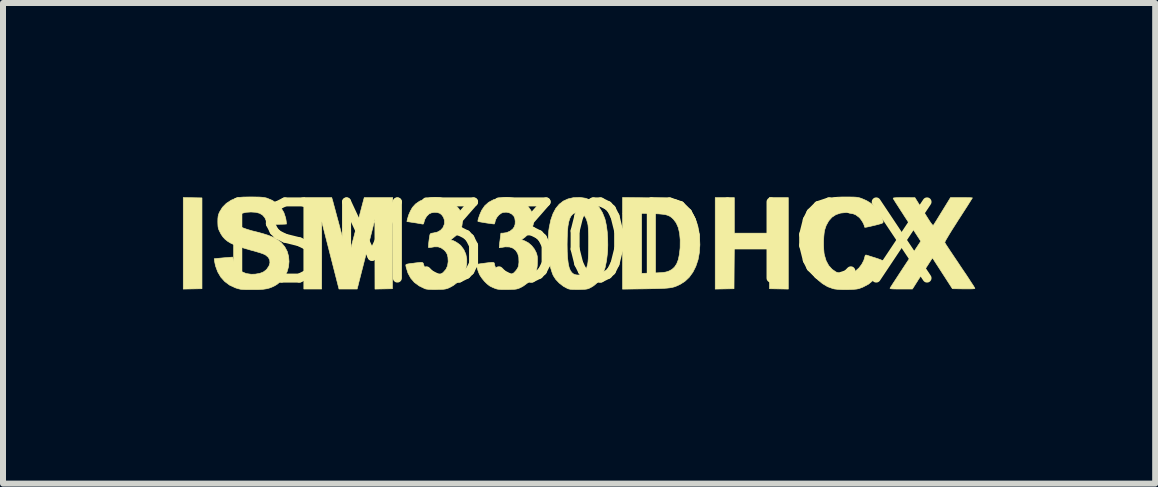
<source format=kicad_pcb>
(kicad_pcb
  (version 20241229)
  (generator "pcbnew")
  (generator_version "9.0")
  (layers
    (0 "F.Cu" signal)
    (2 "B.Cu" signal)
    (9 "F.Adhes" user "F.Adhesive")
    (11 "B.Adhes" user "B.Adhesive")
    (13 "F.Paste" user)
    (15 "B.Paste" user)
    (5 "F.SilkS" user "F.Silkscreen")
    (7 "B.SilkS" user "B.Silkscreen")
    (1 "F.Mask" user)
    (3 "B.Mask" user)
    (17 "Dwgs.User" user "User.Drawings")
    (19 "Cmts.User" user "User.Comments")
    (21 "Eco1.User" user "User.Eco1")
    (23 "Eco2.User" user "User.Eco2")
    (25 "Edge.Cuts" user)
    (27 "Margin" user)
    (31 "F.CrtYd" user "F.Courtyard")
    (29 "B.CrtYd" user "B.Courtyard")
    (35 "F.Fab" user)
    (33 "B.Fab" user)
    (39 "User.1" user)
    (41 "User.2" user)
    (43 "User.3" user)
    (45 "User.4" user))
  (footprint "ISM330DHCX"
    (layer "F.Cu")
    (at 6.598 1.006)
    (property "Reference" "ISM330DHCX" (at 0 0 0) (layer "F.SilkS") (effects (font (size 1.27 1.27) (thickness 0.15))))
    (attr through_hole)
    (fp_poly (pts (xy -6.281 -0.757) (xy -6.281 0.757) (xy -6.593 0.763) (xy -6.593 -0.763) (xy -6.281 -0.757)) (stroke (width 0.01) (type solid)) (fill yes) (layer "F.SilkS"))
    (fp_poly (pts (xy 2.593 -0.169) (xy 3.175 -0.169) (xy 3.175 -0.762) (xy 3.493 -0.762) (xy 3.493 0.763) (xy 3.18 0.757) (xy 3.177 0.426) (xy 3.175 0.095) (xy 2.593 0.095) (xy 2.59 0.426) (xy 2.588 0.757) (xy 2.275 0.763) (xy 2.275 -0.762) (xy 2.593 -0.762) (xy 2.593 -0.169)) (stroke (width 0.01) (type solid)) (fill yes) (layer "F.SilkS"))
    (fp_poly (pts (xy -4.103 -0.712) (xy -4.097 -0.691) (xy -4.087 -0.652) (xy -4.072 -0.598) (xy -4.054 -0.53) (xy -4.033 -0.451) (xy -4.009 -0.364) (xy -3.984 -0.27) (xy -3.968 -0.209) (xy -3.936 -0.091) (xy -3.909 0.008) (xy -3.886 0.09) (xy -3.867 0.153) (xy -3.853 0.197) (xy -3.844 0.221) (xy -3.839 0.225) (xy -3.836 0.213) (xy -3.828 0.186) (xy -3.816 0.144) (xy -3.8 0.085) (xy -3.78 0.009) (xy -3.755 -0.085) (xy -3.726 -0.196) (xy -3.691 -0.326) (xy -3.652 -0.475) (xy -3.608 -0.643) (xy -3.587 -0.722) (xy -3.576 -0.762) (xy -3.101 -0.762) (xy -3.106 0.757) (xy -3.252 0.76) (xy -3.397 0.763) (xy -3.398 0.183) (xy -3.399 -0.397) (xy -3.539 0.153) (xy -3.566 0.259) (xy -3.591 0.358) (xy -3.615 0.451) (xy -3.636 0.533) (xy -3.654 0.604) (xy -3.669 0.662) (xy -3.679 0.704) (xy -3.686 0.728) (xy -3.687 0.733) (xy -3.694 0.762) (xy -3.997 0.762) (xy -4.141 0.198) (xy -4.285 -0.365) (xy -4.285 0.198) (xy -4.286 0.762) (xy -4.583 0.762) (xy -4.583 -0.762) (xy -4.118 -0.762) (xy -4.103 -0.712)) (stroke (width 0.01) (type solid)) (fill yes) (layer "F.SilkS"))
    (fp_poly (pts (xy 1.124 -0.759) (xy 1.236 -0.758) (xy 1.328 -0.756) (xy 1.404 -0.754) (xy 1.466 -0.751) (xy 1.517 -0.747) (xy 1.558 -0.741) (xy 1.592 -0.734) (xy 1.623 -0.725) (xy 1.651 -0.714) (xy 1.68 -0.7) (xy 1.698 -0.69) (xy 1.755 -0.652) (xy 1.813 -0.599) (xy 1.867 -0.538) (xy 1.91 -0.474) (xy 1.917 -0.46) (xy 1.956 -0.376) (xy 1.984 -0.289) (xy 2.003 -0.192) (xy 2.013 -0.116) (xy 2.019 0.022) (xy 2.011 0.152) (xy 1.989 0.272) (xy 1.952 0.383) (xy 1.903 0.481) (xy 1.842 0.565) (xy 1.769 0.634) (xy 1.692 0.683) (xy 1.657 0.7) (xy 1.625 0.714) (xy 1.593 0.726) (xy 1.558 0.735) (xy 1.519 0.742) (xy 1.472 0.747) (xy 1.415 0.751) (xy 1.346 0.754) (xy 1.261 0.756) (xy 1.159 0.758) (xy 1.109 0.759) (xy 0.73 0.764) (xy 0.73 0.501) (xy 1.048 0.501) (xy 1.241 0.495) (xy 1.314 0.492) (xy 1.37 0.489) (xy 1.413 0.485) (xy 1.446 0.48) (xy 1.473 0.473) (xy 1.493 0.467) (xy 1.55 0.438) (xy 1.596 0.397) (xy 1.632 0.343) (xy 1.659 0.274) (xy 1.677 0.188) (xy 1.689 0.084) (xy 1.69 0.066) (xy 1.691 -0.058) (xy 1.681 -0.167) (xy 1.659 -0.262) (xy 1.625 -0.339) (xy 1.58 -0.4) (xy 1.578 -0.402) (xy 1.548 -0.43) (xy 1.518 -0.451) (xy 1.485 -0.466) (xy 1.445 -0.478) (xy 1.394 -0.485) (xy 1.33 -0.491) (xy 1.248 -0.494) (xy 1.236 -0.495) (xy 1.048 -0.5) (xy 1.048 0.501) (xy 0.73 0.501) (xy 0.73 -0.764) (xy 1.124 -0.759)) (stroke (width 0.01) (type solid)) (fill yes) (layer "F.SilkS"))
    (fp_poly (pts (xy 0.115 -0.751) (xy 0.202 -0.717) (xy 0.277 -0.666) (xy 0.342 -0.597) (xy 0.394 -0.512) (xy 0.435 -0.41) (xy 0.445 -0.372) (xy 0.462 -0.288) (xy 0.475 -0.189) (xy 0.482 -0.082) (xy 0.484 0.027) (xy 0.481 0.131) (xy 0.479 0.156) (xy 0.463 0.29) (xy 0.439 0.406) (xy 0.406 0.504) (xy 0.364 0.586) (xy 0.312 0.653) (xy 0.249 0.707) (xy 0.21 0.731) (xy 0.182 0.746) (xy 0.159 0.756) (xy 0.136 0.762) (xy 0.107 0.766) (xy 0.068 0.768) (xy 0.014 0.77) (xy 0 0.77) (xy -0.064 0.77) (xy -0.11 0.769) (xy -0.144 0.766) (xy -0.17 0.76) (xy -0.185 0.755) (xy -0.257 0.716) (xy -0.325 0.663) (xy -0.383 0.602) (xy -0.424 0.539) (xy -0.437 0.509) (xy -0.452 0.465) (xy -0.467 0.416) (xy -0.473 0.393) (xy -0.486 0.329) (xy -0.496 0.249) (xy -0.503 0.158) (xy -0.507 0.062) (xy -0.508 0.021) (xy -0.194 0.021) (xy -0.192 0.143) (xy -0.186 0.246) (xy -0.176 0.33) (xy -0.162 0.398) (xy -0.142 0.45) (xy -0.116 0.488) (xy -0.085 0.513) (xy -0.046 0.526) (xy -0.009 0.529) (xy 0.038 0.523) (xy 0.068 0.507) (xy 0.103 0.466) (xy 0.132 0.406) (xy 0.149 0.344) (xy 0.154 0.31) (xy 0.158 0.26) (xy 0.161 0.196) (xy 0.163 0.122) (xy 0.164 0.044) (xy 0.164 -0.037) (xy 0.164 -0.115) (xy 0.162 -0.187) (xy 0.159 -0.25) (xy 0.155 -0.299) (xy 0.15 -0.328) (xy 0.127 -0.404) (xy 0.095 -0.46) (xy 0.057 -0.497) (xy 0.011 -0.514) (xy -0.026 -0.515) (xy -0.066 -0.505) (xy -0.1 -0.486) (xy -0.128 -0.456) (xy -0.15 -0.413) (xy -0.167 -0.357) (xy -0.18 -0.286) (xy -0.188 -0.197) (xy -0.192 -0.091) (xy -0.194 0.021) (xy -0.508 0.021) (xy -0.508 -0.035) (xy -0.506 -0.128) (xy -0.5 -0.212) (xy -0.492 -0.266) (xy -0.466 -0.39) (xy -0.429 -0.495) (xy -0.383 -0.582) (xy -0.326 -0.651) (xy -0.258 -0.704) (xy -0.179 -0.74) (xy -0.089 -0.761) (xy -0.085 -0.761) (xy 0.02 -0.765) (xy 0.115 -0.751)) (stroke (width 0.01) (type solid)) (fill yes) (layer "F.SilkS"))
    (fp_poly (pts (xy 6.439 -0.762) (xy 6.49 -0.761) (xy 6.53 -0.76) (xy 6.555 -0.758) (xy 6.562 -0.757) (xy 6.556 -0.747) (xy 6.54 -0.722) (xy 6.515 -0.682) (xy 6.483 -0.631) (xy 6.443 -0.569) (xy 6.398 -0.499) (xy 6.349 -0.423) (xy 6.328 -0.391) (xy 6.273 -0.304) (xy 6.223 -0.226) (xy 6.181 -0.158) (xy 6.147 -0.101) (xy 6.121 -0.057) (xy 6.106 -0.027) (xy 6.101 -0.014) (xy 6.101 -0.014) (xy 6.108 -0.002) (xy 6.125 0.026) (xy 6.152 0.067) (xy 6.187 0.12) (xy 6.229 0.183) (xy 6.276 0.253) (xy 6.328 0.33) (xy 6.355 0.371) (xy 6.408 0.45) (xy 6.458 0.523) (xy 6.502 0.59) (xy 6.539 0.648) (xy 6.57 0.694) (xy 6.591 0.728) (xy 6.602 0.747) (xy 6.604 0.751) (xy 6.595 0.756) (xy 6.568 0.759) (xy 6.522 0.76) (xy 6.456 0.76) (xy 6.417 0.76) (xy 6.229 0.757) (xy 5.896 0.242) (xy 5.819 0.362) (xy 5.783 0.417) (xy 5.74 0.483) (xy 5.697 0.551) (xy 5.656 0.613) (xy 5.651 0.622) (xy 5.562 0.762) (xy 5.373 0.762) (xy 5.302 0.762) (xy 5.251 0.761) (xy 5.217 0.759) (xy 5.197 0.756) (xy 5.189 0.751) (xy 5.189 0.749) (xy 5.195 0.737) (xy 5.213 0.71) (xy 5.239 0.669) (xy 5.274 0.616) (xy 5.315 0.553) (xy 5.362 0.481) (xy 5.413 0.403) (xy 5.448 0.35) (xy 5.702 -0.035) (xy 5.626 -0.152) (xy 5.598 -0.195) (xy 5.561 -0.252) (xy 5.518 -0.317) (xy 5.472 -0.388) (xy 5.425 -0.46) (xy 5.399 -0.501) (xy 5.358 -0.564) (xy 5.321 -0.622) (xy 5.289 -0.671) (xy 5.264 -0.711) (xy 5.248 -0.737) (xy 5.242 -0.747) (xy 5.243 -0.753) (xy 5.253 -0.757) (xy 5.274 -0.759) (xy 5.309 -0.761) (xy 5.361 -0.762) (xy 5.42 -0.762) (xy 5.604 -0.761) (xy 5.752 -0.524) (xy 5.797 -0.452) (xy 5.832 -0.396) (xy 5.859 -0.355) (xy 5.879 -0.327) (xy 5.893 -0.31) (xy 5.903 -0.301) (xy 5.91 -0.3) (xy 5.914 -0.304) (xy 5.923 -0.318) (xy 5.942 -0.348) (xy 5.968 -0.389) (xy 6 -0.441) (xy 6.036 -0.5) (xy 6.062 -0.542) (xy 6.197 -0.762) (xy 6.379 -0.762) (xy 6.439 -0.762)) (stroke (width 0.01) (type solid)) (fill yes) (layer "F.SilkS"))
    (fp_poly (pts (xy 4.531 -0.772) (xy 4.583 -0.771) (xy 4.622 -0.769) (xy 4.652 -0.765) (xy 4.678 -0.759) (xy 4.704 -0.751) (xy 4.713 -0.748) (xy 4.798 -0.711) (xy 4.87 -0.667) (xy 4.935 -0.611) (xy 4.935 -0.61) (xy 4.968 -0.572) (xy 5.001 -0.525) (xy 5.031 -0.474) (xy 5.055 -0.424) (xy 5.069 -0.382) (xy 5.073 -0.364) (xy 5.073 -0.352) (xy 5.069 -0.343) (xy 5.059 -0.336) (xy 5.039 -0.328) (xy 5.006 -0.319) (xy 4.957 -0.306) (xy 4.932 -0.3) (xy 4.869 -0.285) (xy 4.825 -0.275) (xy 4.794 -0.269) (xy 4.776 -0.267) (xy 4.767 -0.268) (xy 4.763 -0.274) (xy 4.763 -0.281) (xy 4.756 -0.306) (xy 4.74 -0.341) (xy 4.717 -0.379) (xy 4.692 -0.413) (xy 4.676 -0.431) (xy 4.615 -0.476) (xy 4.545 -0.503) (xy 4.463 -0.513) (xy 4.456 -0.513) (xy 4.365 -0.504) (xy 4.287 -0.478) (xy 4.221 -0.435) (xy 4.167 -0.374) (xy 4.124 -0.296) (xy 4.099 -0.221) (xy 4.091 -0.174) (xy 4.085 -0.111) (xy 4.081 -0.04) (xy 4.081 0.033) (xy 4.084 0.103) (xy 4.089 0.164) (xy 4.095 0.196) (xy 4.124 0.292) (xy 4.167 0.371) (xy 4.223 0.433) (xy 4.288 0.478) (xy 4.338 0.495) (xy 4.399 0.505) (xy 4.464 0.507) (xy 4.524 0.501) (xy 4.558 0.492) (xy 4.617 0.459) (xy 4.671 0.411) (xy 4.717 0.351) (xy 4.752 0.284) (xy 4.769 0.225) (xy 4.776 0.201) (xy 4.786 0.195) (xy 4.798 0.197) (xy 4.883 0.224) (xy 4.95 0.245) (xy 5.001 0.262) (xy 5.037 0.276) (xy 5.061 0.286) (xy 5.075 0.295) (xy 5.08 0.301) (xy 5.08 0.303) (xy 5.075 0.329) (xy 5.061 0.367) (xy 5.041 0.414) (xy 5.017 0.463) (xy 4.991 0.509) (xy 4.977 0.533) (xy 4.911 0.614) (xy 4.83 0.681) (xy 4.735 0.731) (xy 4.668 0.756) (xy 4.63 0.763) (xy 4.575 0.768) (xy 4.511 0.771) (xy 4.442 0.772) (xy 4.374 0.771) (xy 4.312 0.767) (xy 4.262 0.761) (xy 4.239 0.756) (xy 4.148 0.723) (xy 4.063 0.672) (xy 3.98 0.604) (xy 3.963 0.587) (xy 3.896 0.512) (xy 3.844 0.434) (xy 3.805 0.348) (xy 3.777 0.25) (xy 3.76 0.138) (xy 3.757 0.115) (xy 3.752 -0.026) (xy 3.762 -0.159) (xy 3.789 -0.284) (xy 3.831 -0.397) (xy 3.888 -0.499) (xy 3.96 -0.586) (xy 3.962 -0.588) (xy 4.024 -0.645) (xy 4.082 -0.688) (xy 4.145 -0.721) (xy 4.21 -0.747) (xy 4.238 -0.756) (xy 4.265 -0.763) (xy 4.294 -0.768) (xy 4.33 -0.77) (xy 4.378 -0.772) (xy 4.441 -0.772) (xy 4.463 -0.772) (xy 4.531 -0.772)) (stroke (width 0.01) (type solid)) (fill yes) (layer "F.SilkS"))
    (fp_poly (pts (xy -2.301 -0.759) (xy -2.209 -0.737) (xy -2.185 -0.729) (xy -2.143 -0.71) (xy -2.104 -0.683) (xy -2.06 -0.644) (xy -2.052 -0.636) (xy -1.999 -0.576) (xy -1.963 -0.517) (xy -1.944 -0.455) (xy -1.938 -0.384) (xy -1.939 -0.36) (xy -1.948 -0.29) (xy -1.969 -0.229) (xy -2.005 -0.174) (xy -2.057 -0.12) (xy -2.111 -0.077) (xy -2.13 -0.062) (xy -2.132 -0.054) (xy -2.124 -0.053) (xy -2.096 -0.046) (xy -2.058 -0.028) (xy -2.018 -0.003) (xy -1.981 0.025) (xy -1.966 0.039) (xy -1.916 0.106) (xy -1.883 0.18) (xy -1.867 0.26) (xy -1.867 0.343) (xy -1.883 0.425) (xy -1.914 0.505) (xy -1.96 0.58) (xy -2.019 0.647) (xy -2.091 0.703) (xy -2.147 0.734) (xy -2.175 0.747) (xy -2.2 0.756) (xy -2.225 0.762) (xy -2.255 0.766) (xy -2.295 0.768) (xy -2.35 0.769) (xy -2.371 0.77) (xy -2.445 0.77) (xy -2.501 0.768) (xy -2.541 0.763) (xy -2.562 0.758) (xy -2.659 0.711) (xy -2.739 0.653) (xy -2.801 0.581) (xy -2.847 0.497) (xy -2.877 0.401) (xy -2.878 0.394) (xy -2.882 0.376) (xy -2.883 0.363) (xy -2.879 0.354) (xy -2.866 0.348) (xy -2.842 0.343) (xy -2.804 0.337) (xy -2.748 0.331) (xy -2.731 0.328) (xy -2.676 0.322) (xy -2.638 0.318) (xy -2.614 0.319) (xy -2.6 0.324) (xy -2.592 0.334) (xy -2.588 0.349) (xy -2.587 0.352) (xy -2.564 0.418) (xy -2.527 0.471) (xy -2.479 0.507) (xy -2.42 0.525) (xy -2.407 0.527) (xy -2.356 0.529) (xy -2.317 0.522) (xy -2.284 0.505) (xy -2.259 0.485) (xy -2.214 0.434) (xy -2.187 0.375) (xy -2.177 0.306) (xy -2.177 0.296) (xy -2.181 0.23) (xy -2.195 0.178) (xy -2.221 0.136) (xy -2.244 0.112) (xy -2.293 0.077) (xy -2.344 0.059) (xy -2.403 0.058) (xy -2.435 0.063) (xy -2.469 0.069) (xy -2.495 0.071) (xy -2.505 0.07) (xy -2.506 0.058) (xy -2.504 0.031) (xy -2.501 -0.007) (xy -2.496 -0.05) (xy -2.49 -0.092) (xy -2.484 -0.129) (xy -2.481 -0.144) (xy -2.474 -0.158) (xy -2.458 -0.167) (xy -2.425 -0.172) (xy -2.358 -0.187) (xy -2.304 -0.217) (xy -2.264 -0.261) (xy -2.241 -0.317) (xy -2.238 -0.334) (xy -2.239 -0.385) (xy -2.256 -0.435) (xy -2.286 -0.477) (xy -2.318 -0.501) (xy -2.361 -0.514) (xy -2.411 -0.516) (xy -2.459 -0.507) (xy -2.495 -0.49) (xy -2.536 -0.45) (xy -2.566 -0.399) (xy -2.579 -0.357) (xy -2.585 -0.331) (xy -2.593 -0.321) (xy -2.608 -0.321) (xy -2.627 -0.325) (xy -2.662 -0.331) (xy -2.707 -0.339) (xy -2.747 -0.345) (xy -2.865 -0.363) (xy -2.856 -0.403) (xy -2.836 -0.471) (xy -2.806 -0.539) (xy -2.773 -0.598) (xy -2.772 -0.599) (xy -2.72 -0.656) (xy -2.654 -0.702) (xy -2.575 -0.736) (xy -2.488 -0.758) (xy -2.396 -0.765) (xy -2.301 -0.759)) (stroke (width 0.01) (type solid)) (fill yes) (layer "F.SilkS"))
    (fp_poly (pts (xy -5.383 -0.772) (xy -5.326 -0.771) (xy -5.282 -0.768) (xy -5.247 -0.764) (xy -5.218 -0.758) (xy -5.198 -0.753) (xy -5.106 -0.714) (xy -5.027 -0.66) (xy -4.964 -0.593) (xy -4.916 -0.513) (xy -4.886 -0.423) (xy -4.88 -0.388) (xy -4.875 -0.354) (xy -4.873 -0.33) (xy -4.872 -0.321) (xy -4.883 -0.321) (xy -4.911 -0.319) (xy -4.952 -0.318) (xy -5.004 -0.317) (xy -5.03 -0.316) (xy -5.187 -0.312) (xy -5.206 -0.368) (xy -5.233 -0.427) (xy -5.27 -0.47) (xy -5.319 -0.5) (xy -5.383 -0.517) (xy -5.463 -0.522) (xy -5.466 -0.522) (xy -5.545 -0.517) (xy -5.61 -0.501) (xy -5.66 -0.477) (xy -5.695 -0.445) (xy -5.713 -0.406) (xy -5.712 -0.362) (xy -5.699 -0.328) (xy -5.679 -0.303) (xy -5.646 -0.28) (xy -5.597 -0.257) (xy -5.53 -0.233) (xy -5.446 -0.208) (xy -5.376 -0.191) (xy -5.268 -0.162) (xy -5.179 -0.134) (xy -5.105 -0.105) (xy -5.043 -0.073) (xy -4.992 -0.038) (xy -4.958 -0.01) (xy -4.901 0.058) (xy -4.86 0.135) (xy -4.837 0.218) (xy -4.83 0.304) (xy -4.838 0.39) (xy -4.862 0.474) (xy -4.902 0.552) (xy -4.956 0.622) (xy -5.024 0.68) (xy -5.067 0.707) (xy -5.113 0.729) (xy -5.158 0.746) (xy -5.205 0.758) (xy -5.26 0.766) (xy -5.326 0.771) (xy -5.408 0.772) (xy -5.447 0.772) (xy -5.515 0.772) (xy -5.567 0.771) (xy -5.606 0.769) (xy -5.637 0.766) (xy -5.665 0.76) (xy -5.693 0.752) (xy -5.724 0.742) (xy -5.819 0.698) (xy -5.9 0.638) (xy -5.967 0.564) (xy -6.019 0.476) (xy -6.056 0.375) (xy -6.07 0.306) (xy -6.077 0.257) (xy -6.01 0.25) (xy -5.964 0.246) (xy -5.91 0.241) (xy -5.857 0.237) (xy -5.856 0.237) (xy -5.77 0.23) (xy -5.754 0.288) (xy -5.721 0.366) (xy -5.675 0.428) (xy -5.616 0.474) (xy -5.544 0.504) (xy -5.461 0.516) (xy -5.393 0.514) (xy -5.317 0.501) (xy -5.256 0.477) (xy -5.208 0.44) (xy -5.2 0.431) (xy -5.164 0.378) (xy -5.148 0.327) (xy -5.152 0.278) (xy -5.175 0.234) (xy -5.218 0.197) (xy -5.238 0.186) (xy -5.266 0.174) (xy -5.309 0.159) (xy -5.363 0.143) (xy -5.42 0.126) (xy -5.435 0.123) (xy -5.551 0.09) (xy -5.649 0.06) (xy -5.73 0.03) (xy -5.797 -0.00014) (xy -5.851 -0.032) (xy -5.896 -0.068) (xy -5.932 -0.107) (xy -5.963 -0.152) (xy -5.982 -0.189) (xy -5.999 -0.224) (xy -6.009 -0.253) (xy -6.014 -0.284) (xy -6.016 -0.323) (xy -6.017 -0.36) (xy -6.016 -0.411) (xy -6.012 -0.449) (xy -6.005 -0.48) (xy -5.993 -0.511) (xy -5.989 -0.52) (xy -5.94 -0.6) (xy -5.875 -0.666) (xy -5.795 -0.718) (xy -5.718 -0.751) (xy -5.691 -0.759) (xy -5.664 -0.764) (xy -5.633 -0.768) (xy -5.593 -0.771) (xy -5.541 -0.772) (xy -5.472 -0.773) (xy -5.457 -0.773) (xy -5.383 -0.772)) (stroke (width 0.01) (type solid)) (fill yes) (layer "F.SilkS"))
    (fp_poly (pts (xy -1.093 -0.755) (xy -1.001 -0.728) (xy -0.92 -0.683) (xy -0.851 -0.623) (xy -0.848 -0.619) (xy -0.797 -0.547) (xy -0.765 -0.47) (xy -0.753 -0.391) (xy -0.759 -0.313) (xy -0.785 -0.238) (xy -0.828 -0.169) (xy -0.89 -0.108) (xy -0.901 -0.099) (xy -0.955 -0.06) (xy -0.898 -0.039) (xy -0.84 -0.008) (xy -0.785 0.039) (xy -0.74 0.096) (xy -0.709 0.156) (xy -0.698 0.189) (xy -0.691 0.221) (xy -0.689 0.258) (xy -0.689 0.308) (xy -0.69 0.323) (xy -0.692 0.375) (xy -0.697 0.413) (xy -0.705 0.445) (xy -0.717 0.477) (xy -0.73 0.503) (xy -0.779 0.583) (xy -0.845 0.654) (xy -0.922 0.711) (xy -0.959 0.732) (xy -0.988 0.746) (xy -1.012 0.755) (xy -1.037 0.762) (xy -1.066 0.766) (xy -1.104 0.768) (xy -1.157 0.77) (xy -1.185 0.77) (xy -1.249 0.771) (xy -1.297 0.77) (xy -1.332 0.767) (xy -1.361 0.763) (xy -1.387 0.755) (xy -1.395 0.752) (xy -1.434 0.736) (xy -1.471 0.718) (xy -1.486 0.71) (xy -1.527 0.678) (xy -1.571 0.635) (xy -1.612 0.585) (xy -1.645 0.537) (xy -1.656 0.516) (xy -1.673 0.476) (xy -1.687 0.434) (xy -1.697 0.396) (xy -1.702 0.367) (xy -1.701 0.353) (xy -1.701 0.353) (xy -1.688 0.349) (xy -1.66 0.344) (xy -1.62 0.338) (xy -1.575 0.332) (xy -1.528 0.326) (xy -1.485 0.321) (xy -1.451 0.318) (xy -1.437 0.318) (xy -1.415 0.322) (xy -1.408 0.331) (xy -1.398 0.379) (xy -1.375 0.428) (xy -1.34 0.473) (xy -1.3 0.506) (xy -1.273 0.519) (xy -1.23 0.527) (xy -1.18 0.527) (xy -1.133 0.519) (xy -1.096 0.504) (xy -1.092 0.501) (xy -1.069 0.479) (xy -1.042 0.449) (xy -1.033 0.436) (xy -1.016 0.408) (xy -1.005 0.38) (xy -1 0.342) (xy -0.997 0.313) (xy -1 0.234) (xy -1.018 0.169) (xy -1.051 0.117) (xy -1.097 0.081) (xy -1.155 0.061) (xy -1.225 0.059) (xy -1.254 0.063) (xy -1.289 0.069) (xy -1.314 0.073) (xy -1.324 0.074) (xy -1.325 0.064) (xy -1.323 0.038) (xy -1.319 -0.002) (xy -1.313 -0.048) (xy -1.298 -0.169) (xy -1.266 -0.169) (xy -1.203 -0.178) (xy -1.145 -0.203) (xy -1.099 -0.24) (xy -1.074 -0.276) (xy -1.061 -0.318) (xy -1.059 -0.368) (xy -1.066 -0.417) (xy -1.08 -0.45) (xy -1.113 -0.485) (xy -1.159 -0.509) (xy -1.21 -0.519) (xy -1.262 -0.514) (xy -1.29 -0.503) (xy -1.33 -0.474) (xy -1.364 -0.434) (xy -1.387 -0.391) (xy -1.393 -0.37) (xy -1.399 -0.342) (xy -1.406 -0.325) (xy -1.407 -0.323) (xy -1.419 -0.323) (xy -1.448 -0.326) (xy -1.487 -0.332) (xy -1.532 -0.338) (xy -1.579 -0.346) (xy -1.622 -0.353) (xy -1.656 -0.359) (xy -1.677 -0.364) (xy -1.681 -0.366) (xy -1.681 -0.378) (xy -1.675 -0.405) (xy -1.663 -0.441) (xy -1.649 -0.481) (xy -1.632 -0.52) (xy -1.617 -0.553) (xy -1.567 -0.626) (xy -1.502 -0.684) (xy -1.423 -0.726) (xy -1.331 -0.753) (xy -1.225 -0.764) (xy -1.196 -0.765) (xy -1.093 -0.755)) (stroke (width 0.01) (type solid)) (fill yes) (layer "F.SilkS")))
  (gr_rect
    (start -3 -3)
    (end 16.207 5.012)
    (stroke (width 0.1) (type default))
    (fill no)
    (layer "Edge.Cuts")))
</source>
